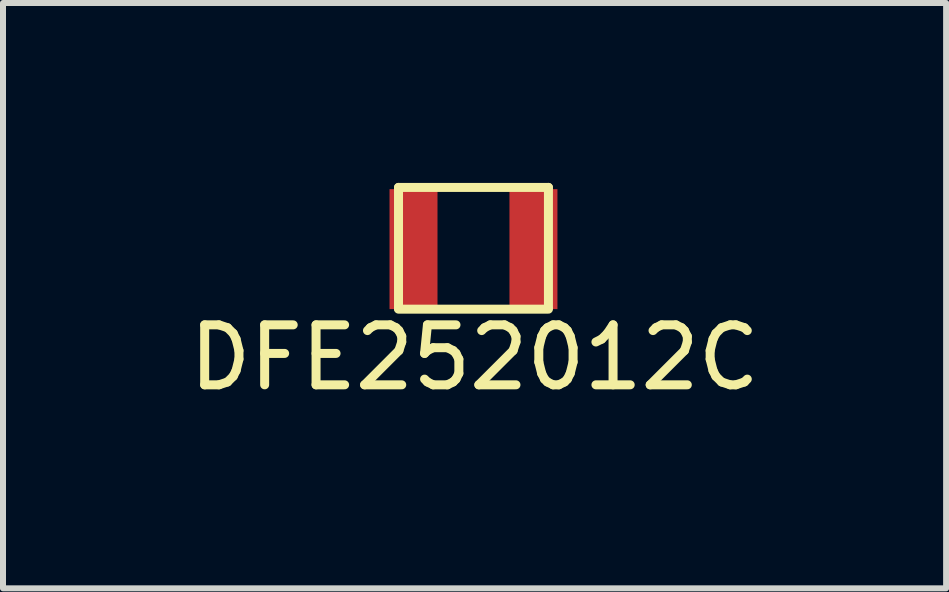
<source format=kicad_pcb>
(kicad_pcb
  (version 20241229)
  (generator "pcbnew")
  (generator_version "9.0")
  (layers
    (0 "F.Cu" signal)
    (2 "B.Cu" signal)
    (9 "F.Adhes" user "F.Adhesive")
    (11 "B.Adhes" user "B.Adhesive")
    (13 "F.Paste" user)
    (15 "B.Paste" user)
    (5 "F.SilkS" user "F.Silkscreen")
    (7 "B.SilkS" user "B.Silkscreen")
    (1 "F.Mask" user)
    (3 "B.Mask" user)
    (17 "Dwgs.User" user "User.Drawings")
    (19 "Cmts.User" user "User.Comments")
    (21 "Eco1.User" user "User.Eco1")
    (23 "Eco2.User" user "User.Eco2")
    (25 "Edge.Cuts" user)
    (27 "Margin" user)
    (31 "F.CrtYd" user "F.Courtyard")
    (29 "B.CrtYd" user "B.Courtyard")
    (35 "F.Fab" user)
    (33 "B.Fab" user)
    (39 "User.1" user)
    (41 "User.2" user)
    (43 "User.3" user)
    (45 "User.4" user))
  (footprint "DFE252012C"
    (layer "F.Cu")
    (at 4.845 1.104)
    (property "Reference" "DFE252012C" (at 0.018 1.808 0) (layer "F.SilkS") (effects (font (size 1 1) (thickness 0.15))))
    (attr through_hole)
    (fp_line (start -1.25 -1.029) (end -1.25 0.991) (stroke (width 0.15) (type solid)) (layer "F.SilkS"))
    (fp_line (start -1.25 1.001) (end 1.25 1.001) (stroke (width 0.15) (type solid)) (layer "F.SilkS"))
    (fp_line (start 1.25 -1.029) (end -1.25 -1.029) (stroke (width 0.15) (type solid)) (layer "F.SilkS"))
    (fp_line (start 1.25 0.973) (end 1.25 -1.029) (stroke (width 0.15) (type solid)) (layer "F.SilkS"))
    (pad "1" smd rect (at -1 0) (size 0.8 2) (layers "F.Cu" "F.Mask" "F.Paste"))
    (pad "2" smd rect (at 1 0) (size 0.8 2) (layers "F.Cu" "F.Mask" "F.Paste")))
  (gr_rect
    (start -3 -3)
    (end 12.726 6.76)
    (stroke (width 0.1) (type default))
    (fill no)
    (layer "Edge.Cuts")))
</source>
